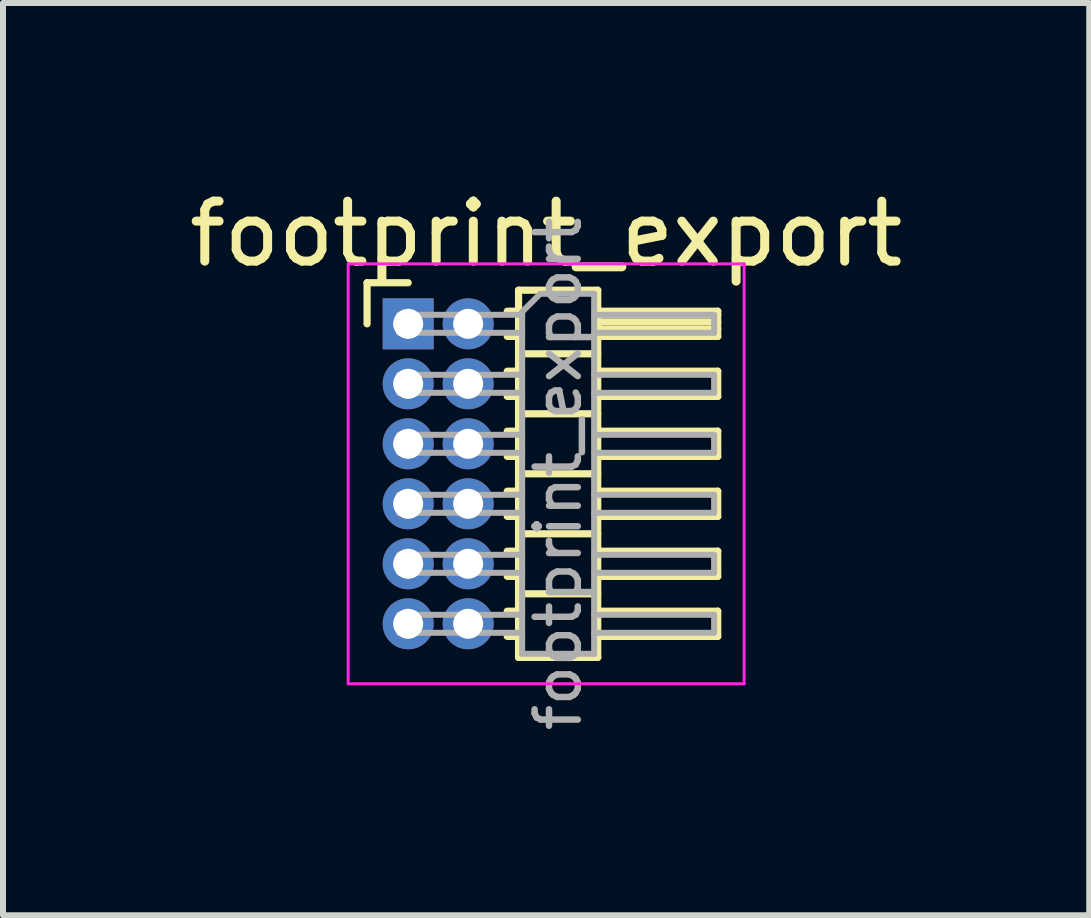
<source format=kicad_pcb>
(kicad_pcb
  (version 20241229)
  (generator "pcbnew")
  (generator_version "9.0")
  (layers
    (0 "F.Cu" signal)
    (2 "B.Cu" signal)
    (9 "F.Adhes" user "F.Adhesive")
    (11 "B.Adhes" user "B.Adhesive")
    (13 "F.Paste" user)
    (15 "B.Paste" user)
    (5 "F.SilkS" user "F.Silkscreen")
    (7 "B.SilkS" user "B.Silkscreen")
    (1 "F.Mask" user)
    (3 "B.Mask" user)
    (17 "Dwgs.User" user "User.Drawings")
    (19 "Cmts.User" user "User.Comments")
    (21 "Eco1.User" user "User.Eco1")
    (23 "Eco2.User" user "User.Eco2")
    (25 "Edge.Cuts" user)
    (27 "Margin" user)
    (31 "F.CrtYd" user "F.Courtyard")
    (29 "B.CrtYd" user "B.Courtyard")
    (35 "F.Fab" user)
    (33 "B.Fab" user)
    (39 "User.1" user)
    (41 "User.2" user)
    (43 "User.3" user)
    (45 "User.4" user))
  (footprint "footprint_export"
    (layer "F.Cu")
    (at 3.754 2.348)
    (property "Reference" "footprint_export" (at 2.3 -1.5 0) (layer "F.SilkS") (effects (font (size 1 1) (thickness 0.15))))
    (attr through_hole)
    (fp_line (start -0.685 -0.685) (end 0 -0.685) (stroke (width 0.12) (type solid)) (layer "F.SilkS"))
    (fp_line (start -0.685 0) (end -0.685 -0.685) (stroke (width 0.12) (type solid)) (layer "F.SilkS"))
    (fp_line (start 1.652 -0.21) (end 1.84 -0.21) (stroke (width 0.12) (type solid)) (layer "F.SilkS"))
    (fp_line (start 1.652 0.21) (end 1.84 0.21) (stroke (width 0.12) (type solid)) (layer "F.SilkS"))
    (fp_line (start 1.652 0.79) (end 1.84 0.79) (stroke (width 0.12) (type solid)) (layer "F.SilkS"))
    (fp_line (start 1.652 1.21) (end 1.84 1.21) (stroke (width 0.12) (type solid)) (layer "F.SilkS"))
    (fp_line (start 1.652 1.79) (end 1.84 1.79) (stroke (width 0.12) (type solid)) (layer "F.SilkS"))
    (fp_line (start 1.652 2.21) (end 1.84 2.21) (stroke (width 0.12) (type solid)) (layer "F.SilkS"))
    (fp_line (start 1.652 2.79) (end 1.84 2.79) (stroke (width 0.12) (type solid)) (layer "F.SilkS"))
    (fp_line (start 1.652 3.21) (end 1.84 3.21) (stroke (width 0.12) (type solid)) (layer "F.SilkS"))
    (fp_line (start 1.652 3.79) (end 1.84 3.79) (stroke (width 0.12) (type solid)) (layer "F.SilkS"))
    (fp_line (start 1.652 4.21) (end 1.84 4.21) (stroke (width 0.12) (type solid)) (layer "F.SilkS"))
    (fp_line (start 1.652 4.79) (end 1.84 4.79) (stroke (width 0.12) (type solid)) (layer "F.SilkS"))
    (fp_line (start 1.652 5.21) (end 1.84 5.21) (stroke (width 0.12) (type solid)) (layer "F.SilkS"))
    (fp_line (start 1.84 -0.56) (end 1.84 5.56) (stroke (width 0.12) (type solid)) (layer "F.SilkS"))
    (fp_line (start 1.84 0.5) (end 3.16 0.5) (stroke (width 0.12) (type solid)) (layer "F.SilkS"))
    (fp_line (start 1.84 1.5) (end 3.16 1.5) (stroke (width 0.12) (type solid)) (layer "F.SilkS"))
    (fp_line (start 1.84 2.5) (end 3.16 2.5) (stroke (width 0.12) (type solid)) (layer "F.SilkS"))
    (fp_line (start 1.84 3.5) (end 3.16 3.5) (stroke (width 0.12) (type solid)) (layer "F.SilkS"))
    (fp_line (start 1.84 4.5) (end 3.16 4.5) (stroke (width 0.12) (type solid)) (layer "F.SilkS"))
    (fp_line (start 1.84 5.56) (end 3.16 5.56) (stroke (width 0.12) (type solid)) (layer "F.SilkS"))
    (fp_line (start 3.16 -0.56) (end 1.84 -0.56) (stroke (width 0.12) (type solid)) (layer "F.SilkS"))
    (fp_line (start 3.16 -0.21) (end 5.16 -0.21) (stroke (width 0.12) (type solid)) (layer "F.SilkS"))
    (fp_line (start 3.16 -0.15) (end 5.16 -0.15) (stroke (width 0.12) (type solid)) (layer "F.SilkS"))
    (fp_line (start 3.16 -0.03) (end 5.16 -0.03) (stroke (width 0.12) (type solid)) (layer "F.SilkS"))
    (fp_line (start 3.16 0.09) (end 5.16 0.09) (stroke (width 0.12) (type solid)) (layer "F.SilkS"))
    (fp_line (start 3.16 0.79) (end 5.16 0.79) (stroke (width 0.12) (type solid)) (layer "F.SilkS"))
    (fp_line (start 3.16 1.79) (end 5.16 1.79) (stroke (width 0.12) (type solid)) (layer "F.SilkS"))
    (fp_line (start 3.16 2.79) (end 5.16 2.79) (stroke (width 0.12) (type solid)) (layer "F.SilkS"))
    (fp_line (start 3.16 3.79) (end 5.16 3.79) (stroke (width 0.12) (type solid)) (layer "F.SilkS"))
    (fp_line (start 3.16 4.79) (end 5.16 4.79) (stroke (width 0.12) (type solid)) (layer "F.SilkS"))
    (fp_line (start 3.16 5.56) (end 3.16 -0.56) (stroke (width 0.12) (type solid)) (layer "F.SilkS"))
    (fp_line (start 5.16 -0.21) (end 5.16 0.21) (stroke (width 0.12) (type solid)) (layer "F.SilkS"))
    (fp_line (start 5.16 0.21) (end 3.16 0.21) (stroke (width 0.12) (type solid)) (layer "F.SilkS"))
    (fp_line (start 5.16 0.79) (end 5.16 1.21) (stroke (width 0.12) (type solid)) (layer "F.SilkS"))
    (fp_line (start 5.16 1.21) (end 3.16 1.21) (stroke (width 0.12) (type solid)) (layer "F.SilkS"))
    (fp_line (start 5.16 1.79) (end 5.16 2.21) (stroke (width 0.12) (type solid)) (layer "F.SilkS"))
    (fp_line (start 5.16 2.21) (end 3.16 2.21) (stroke (width 0.12) (type solid)) (layer "F.SilkS"))
    (fp_line (start 5.16 2.79) (end 5.16 3.21) (stroke (width 0.12) (type solid)) (layer "F.SilkS"))
    (fp_line (start 5.16 3.21) (end 3.16 3.21) (stroke (width 0.12) (type solid)) (layer "F.SilkS"))
    (fp_line (start 5.16 3.79) (end 5.16 4.21) (stroke (width 0.12) (type solid)) (layer "F.SilkS"))
    (fp_line (start 5.16 4.21) (end 3.16 4.21) (stroke (width 0.12) (type solid)) (layer "F.SilkS"))
    (fp_line (start 5.16 4.79) (end 5.16 5.21) (stroke (width 0.12) (type solid)) (layer "F.SilkS"))
    (fp_line (start 5.16 5.21) (end 3.16 5.21) (stroke (width 0.12) (type solid)) (layer "F.SilkS"))
    (fp_line (start -1 -1) (end -1 6) (stroke (width 0.05) (type solid)) (layer "F.CrtYd"))
    (fp_line (start -1 6) (end 5.6 6) (stroke (width 0.05) (type solid)) (layer "F.CrtYd"))
    (fp_line (start 5.6 -1) (end -1 -1) (stroke (width 0.05) (type solid)) (layer "F.CrtYd"))
    (fp_line (start 5.6 6) (end 5.6 -1) (stroke (width 0.05) (type solid)) (layer "F.CrtYd"))
    (fp_line (start -0.15 -0.15) (end -0.15 0.15) (stroke (width 0.1) (type solid)) (layer "F.Fab"))
    (fp_line (start -0.15 -0.15) (end 1.9 -0.15) (stroke (width 0.1) (type solid)) (layer "F.Fab"))
    (fp_line (start -0.15 0.15) (end 1.9 0.15) (stroke (width 0.1) (type solid)) (layer "F.Fab"))
    (fp_line (start -0.15 0.85) (end -0.15 1.15) (stroke (width 0.1) (type solid)) (layer "F.Fab"))
    (fp_line (start -0.15 0.85) (end 1.9 0.85) (stroke (width 0.1) (type solid)) (layer "F.Fab"))
    (fp_line (start -0.15 1.15) (end 1.9 1.15) (stroke (width 0.1) (type solid)) (layer "F.Fab"))
    (fp_line (start -0.15 1.85) (end -0.15 2.15) (stroke (width 0.1) (type solid)) (layer "F.Fab"))
    (fp_line (start -0.15 1.85) (end 1.9 1.85) (stroke (width 0.1) (type solid)) (layer "F.Fab"))
    (fp_line (start -0.15 2.15) (end 1.9 2.15) (stroke (width 0.1) (type solid)) (layer "F.Fab"))
    (fp_line (start -0.15 2.85) (end -0.15 3.15) (stroke (width 0.1) (type solid)) (layer "F.Fab"))
    (fp_line (start -0.15 2.85) (end 1.9 2.85) (stroke (width 0.1) (type solid)) (layer "F.Fab"))
    (fp_line (start -0.15 3.15) (end 1.9 3.15) (stroke (width 0.1) (type solid)) (layer "F.Fab"))
    (fp_line (start -0.15 3.85) (end -0.15 4.15) (stroke (width 0.1) (type solid)) (layer "F.Fab"))
    (fp_line (start -0.15 3.85) (end 1.9 3.85) (stroke (width 0.1) (type solid)) (layer "F.Fab"))
    (fp_line (start -0.15 4.15) (end 1.9 4.15) (stroke (width 0.1) (type solid)) (layer "F.Fab"))
    (fp_line (start -0.15 4.85) (end -0.15 5.15) (stroke (width 0.1) (type solid)) (layer "F.Fab"))
    (fp_line (start -0.15 4.85) (end 1.9 4.85) (stroke (width 0.1) (type solid)) (layer "F.Fab"))
    (fp_line (start -0.15 5.15) (end 1.9 5.15) (stroke (width 0.1) (type solid)) (layer "F.Fab"))
    (fp_line (start 1.9 -0.2) (end 2.2 -0.5) (stroke (width 0.1) (type solid)) (layer "F.Fab"))
    (fp_line (start 1.9 5.5) (end 1.9 -0.2) (stroke (width 0.1) (type solid)) (layer "F.Fab"))
    (fp_line (start 2.2 -0.5) (end 3.1 -0.5) (stroke (width 0.1) (type solid)) (layer "F.Fab"))
    (fp_line (start 3.1 -0.5) (end 3.1 5.5) (stroke (width 0.1) (type solid)) (layer "F.Fab"))
    (fp_line (start 3.1 -0.15) (end 5.1 -0.15) (stroke (width 0.1) (type solid)) (layer "F.Fab"))
    (fp_line (start 3.1 0.15) (end 5.1 0.15) (stroke (width 0.1) (type solid)) (layer "F.Fab"))
    (fp_line (start 3.1 0.85) (end 5.1 0.85) (stroke (width 0.1) (type solid)) (layer "F.Fab"))
    (fp_line (start 3.1 1.15) (end 5.1 1.15) (stroke (width 0.1) (type solid)) (layer "F.Fab"))
    (fp_line (start 3.1 1.85) (end 5.1 1.85) (stroke (width 0.1) (type solid)) (layer "F.Fab"))
    (fp_line (start 3.1 2.15) (end 5.1 2.15) (stroke (width 0.1) (type solid)) (layer "F.Fab"))
    (fp_line (start 3.1 2.85) (end 5.1 2.85) (stroke (width 0.1) (type solid)) (layer "F.Fab"))
    (fp_line (start 3.1 3.15) (end 5.1 3.15) (stroke (width 0.1) (type solid)) (layer "F.Fab"))
    (fp_line (start 3.1 3.85) (end 5.1 3.85) (stroke (width 0.1) (type solid)) (layer "F.Fab"))
    (fp_line (start 3.1 4.15) (end 5.1 4.15) (stroke (width 0.1) (type solid)) (layer "F.Fab"))
    (fp_line (start 3.1 4.85) (end 5.1 4.85) (stroke (width 0.1) (type solid)) (layer "F.Fab"))
    (fp_line (start 3.1 5.15) (end 5.1 5.15) (stroke (width 0.1) (type solid)) (layer "F.Fab"))
    (fp_line (start 3.1 5.5) (end 1.9 5.5) (stroke (width 0.1) (type solid)) (layer "F.Fab"))
    (fp_line (start 5.1 -0.15) (end 5.1 0.15) (stroke (width 0.1) (type solid)) (layer "F.Fab"))
    (fp_line (start 5.1 0.85) (end 5.1 1.15) (stroke (width 0.1) (type solid)) (layer "F.Fab"))
    (fp_line (start 5.1 1.85) (end 5.1 2.15) (stroke (width 0.1) (type solid)) (layer "F.Fab"))
    (fp_line (start 5.1 2.85) (end 5.1 3.15) (stroke (width 0.1) (type solid)) (layer "F.Fab"))
    (fp_line (start 5.1 3.85) (end 5.1 4.15) (stroke (width 0.1) (type solid)) (layer "F.Fab"))
    (fp_line (start 5.1 4.85) (end 5.1 5.15) (stroke (width 0.1) (type solid)) (layer "F.Fab"))
    (fp_text user "${REFERENCE}" (at 2.5 2.5 90) (layer "F.Fab") (effects (font (size 0.72 0.72) (thickness 0.108))))
    (pad "1" thru_hole rect (at 0 0) (size 0.85 0.85) (drill 0.5) (layers "*.Cu" "*.Mask"))
    (pad "2" thru_hole oval (at 1 0) (size 0.85 0.85) (drill 0.5) (layers "*.Cu" "*.Mask"))
    (pad "3" thru_hole oval (at 0 1) (size 0.85 0.85) (drill 0.5) (layers "*.Cu" "*.Mask"))
    (pad "4" thru_hole oval (at 1 1) (size 0.85 0.85) (drill 0.5) (layers "*.Cu" "*.Mask"))
    (pad "5" thru_hole oval (at 0 2) (size 0.85 0.85) (drill 0.5) (layers "*.Cu" "*.Mask"))
    (pad "6" thru_hole oval (at 1 2) (size 0.85 0.85) (drill 0.5) (layers "*.Cu" "*.Mask"))
    (pad "7" thru_hole oval (at 0 3) (size 0.85 0.85) (drill 0.5) (layers "*.Cu" "*.Mask"))
    (pad "8" thru_hole oval (at 1 3) (size 0.85 0.85) (drill 0.5) (layers "*.Cu" "*.Mask"))
    (pad "9" thru_hole oval (at 0 4) (size 0.85 0.85) (drill 0.5) (layers "*.Cu" "*.Mask"))
    (pad "10" thru_hole oval (at 1 4) (size 0.85 0.85) (drill 0.5) (layers "*.Cu" "*.Mask"))
    (pad "11" thru_hole oval (at 0 5) (size 0.85 0.85) (drill 0.5) (layers "*.Cu" "*.Mask"))
    (pad "12" thru_hole oval (at 1 5) (size 0.85 0.85) (drill 0.5) (layers "*.Cu" "*.Mask")))
  (gr_rect
    (start -3 -3)
    (end 15.107 12.207)
    (stroke (width 0.1) (type default))
    (fill no)
    (layer "Edge.Cuts")))
</source>
